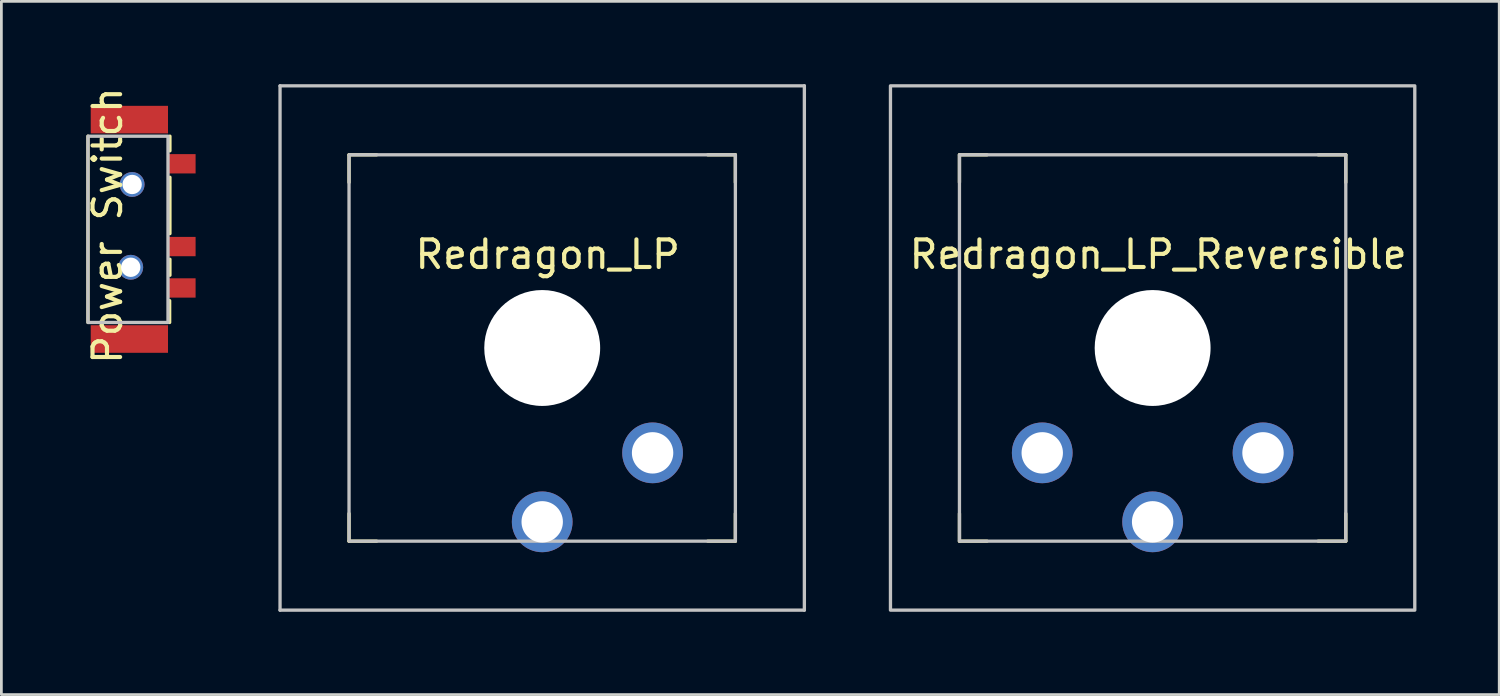
<source format=kicad_pcb>
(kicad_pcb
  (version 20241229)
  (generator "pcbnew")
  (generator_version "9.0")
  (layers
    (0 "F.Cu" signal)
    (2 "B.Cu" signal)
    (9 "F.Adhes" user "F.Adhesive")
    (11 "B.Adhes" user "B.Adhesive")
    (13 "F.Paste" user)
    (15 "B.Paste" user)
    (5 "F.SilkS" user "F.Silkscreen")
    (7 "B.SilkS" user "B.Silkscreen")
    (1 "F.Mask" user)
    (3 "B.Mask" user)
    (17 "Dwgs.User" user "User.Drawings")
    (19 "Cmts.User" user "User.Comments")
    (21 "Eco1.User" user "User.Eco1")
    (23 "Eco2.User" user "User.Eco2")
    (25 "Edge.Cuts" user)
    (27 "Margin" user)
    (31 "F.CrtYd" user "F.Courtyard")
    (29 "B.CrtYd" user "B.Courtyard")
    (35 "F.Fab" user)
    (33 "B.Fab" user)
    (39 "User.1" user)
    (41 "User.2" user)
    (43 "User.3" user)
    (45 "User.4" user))
  (footprint "Redragon_LP_Reversible"
    (layer "F.Cu")
    (at 38.718 9.56)
    (property "Reference" "Redragon_LP_Reversible" (at 0.2 -3.39 0) (unlocked yes) (layer "F.SilkS") (effects (font (size 1 1) (thickness 0.15))))
    (attr through_hole)
    (fp_line (start -7 -7) (end -6 -7) (stroke (width 0.12) (type solid)) (layer "F.SilkS"))
    (fp_line (start -7 -6) (end -7 -7) (stroke (width 0.12) (type solid)) (layer "F.SilkS"))
    (fp_line (start -7 7) (end -7 6) (stroke (width 0.12) (type solid)) (layer "F.SilkS"))
    (fp_line (start -6 7) (end -7 7) (stroke (width 0.12) (type solid)) (layer "F.SilkS"))
    (fp_line (start 6 -7) (end 7 -7) (stroke (width 0.12) (type solid)) (layer "F.SilkS"))
    (fp_line (start 7 -7) (end 7 -6) (stroke (width 0.12) (type solid)) (layer "F.SilkS"))
    (fp_line (start 7 6) (end 7 7) (stroke (width 0.12) (type solid)) (layer "F.SilkS"))
    (fp_line (start 7 7) (end 6 7) (stroke (width 0.12) (type solid)) (layer "F.SilkS"))
    (fp_rect (start -9.5 -9.5) (end 9.5 9.5) (stroke (width 0.12) (type solid)) (fill no) (layer "Dwgs.User"))
    (fp_rect (start -7 -7) (end 7 7) (stroke (width 0.12) (type solid)) (fill no) (layer "Dwgs.User"))
    (pad "" np_thru_hole circle (at 0 0) (size 4.2 4.2) (drill 4.2) (layers "*.Cu" "*.Mask"))
    (pad "1" thru_hole circle (at 0 6.3) (size 2.2 2.2) (drill 1.5) (layers "*.Cu" "*.Mask"))
    (pad "2" thru_hole circle (at -4 3.8) (size 2.2 2.2) (drill 1.5) (layers "*.Cu" "*.Mask"))
    (pad "2" thru_hole circle (at 4 3.8) (size 2.2 2.2) (drill 1.5) (layers "*.Cu" "*.Mask")))
  (footprint "Redragon_LP"
    (layer "F.Cu")
    (at 16.598 9.56)
    (property "Reference" "Redragon_LP" (at 0.2 -3.39 0) (unlocked yes) (layer "F.SilkS") (effects (font (size 1 1) (thickness 0.15))))
    (attr through_hole)
    (fp_line (start -7 -7) (end -6 -7) (stroke (width 0.12) (type solid)) (layer "F.SilkS"))
    (fp_line (start -7 -6) (end -7 -7) (stroke (width 0.12) (type solid)) (layer "F.SilkS"))
    (fp_line (start -7 7) (end -7 6) (stroke (width 0.12) (type solid)) (layer "F.SilkS"))
    (fp_line (start -6 7) (end -7 7) (stroke (width 0.12) (type solid)) (layer "F.SilkS"))
    (fp_line (start 6 -7) (end 7 -7) (stroke (width 0.12) (type solid)) (layer "F.SilkS"))
    (fp_line (start 7 -7) (end 7 -6) (stroke (width 0.12) (type solid)) (layer "F.SilkS"))
    (fp_line (start 7 6) (end 7 7) (stroke (width 0.12) (type solid)) (layer "F.SilkS"))
    (fp_line (start 7 7) (end 6 7) (stroke (width 0.12) (type solid)) (layer "F.SilkS"))
    (fp_line (start -9.5 -9.5) (end 9.5 -9.5) (stroke (width 0.12) (type solid)) (layer "Dwgs.User"))
    (fp_line (start -9.5 9.5) (end -9.5 -9.5) (stroke (width 0.12) (type solid)) (layer "Dwgs.User"))
    (fp_line (start -9.5 9.5) (end 9.5 9.5) (stroke (width 0.12) (type solid)) (layer "Dwgs.User"))
    (fp_line (start 9.5 9.5) (end 9.5 -9.5) (stroke (width 0.12) (type solid)) (layer "Dwgs.User"))
    (fp_rect (start -7 -7) (end 7 7) (stroke (width 0.12) (type solid)) (fill no) (layer "Dwgs.User"))
    (pad "" np_thru_hole circle (at 0 0) (size 4.2 4.2) (drill 4.2) (layers "*.Cu" "*.Mask"))
    (pad "1" thru_hole circle (at 0 6.3) (size 2.2 2.2) (drill 1.5) (layers "*.Cu" "*.Mask"))
    (pad "2" thru_hole circle (at 4 3.8) (size 2.2 2.2) (drill 1.5) (layers "*.Cu" "*.Mask")))
  (footprint "Power Switch"
    (layer "F.Cu")
    (at 1.638 1.285)
    (property "Reference" "Power Switch" (at -0.79 3.84 90) (layer "F.SilkS") (effects (font (size 1 1) (thickness 0.15))))
    (attr through_hole)
    (fp_line (start -1.5 7.35) (end -1.5 0.6) (stroke (width 0.12) (type solid)) (layer "F.SilkS"))
    (fp_line (start 1.46 6.56) (end 1.46 7.35) (stroke (width 0.12) (type solid)) (layer "F.SilkS"))
    (fp_line (start 1.47 1.13) (end 1.47 0.6) (stroke (width 0.12) (type solid)) (layer "F.SilkS"))
    (fp_line (start 1.47 2.09) (end 1.47 4.13) (stroke (width 0.12) (type solid)) (layer "F.SilkS"))
    (fp_line (start 1.47 5.06) (end 1.47 5.64) (stroke (width 0.12) (type solid)) (layer "F.SilkS"))
    (fp_rect (start -1.5 0.6) (end 1.4 7.35) (stroke (width 0.12) (type solid)) (fill no) (layer "Dwgs.User"))
    (pad "" np_thru_hole circle (at 0.05 5.35) (size 0.9 0.9) (drill 0.7) (layers "*.Cu" "*.Mask"))
    (pad "" np_thru_hole circle (at 0.1 2.35) (size 0.9 0.9) (drill 0.7) (layers "*.Cu" "*.Mask"))
    (pad "1" smd rect (at 1.9 1.6 90) (size 0.7 1) (layers "F.Cu" "F.Mask" "F.Paste"))
    (pad "2" smd rect (at 1.9 4.6 90) (size 0.7 1) (layers "F.Cu" "F.Mask" "F.Paste"))
    (pad "3" smd rect (at 1.9 6.1 90) (size 0.7 1) (layers "F.Cu" "F.Mask" "F.Paste"))
    (pad "NC" smd rect (at 0 0) (size 2.8 1) (layers "F.Cu" "F.Mask" "F.Paste"))
    (pad "NC" smd rect (at 0 7.95) (size 2.8 1) (layers "F.Cu" "F.Mask" "F.Paste")))
  (gr_rect
    (start -3 -3)
    (end 51.278 22.12)
    (stroke (width 0.1) (type default))
    (fill no)
    (layer "Edge.Cuts")))
</source>
